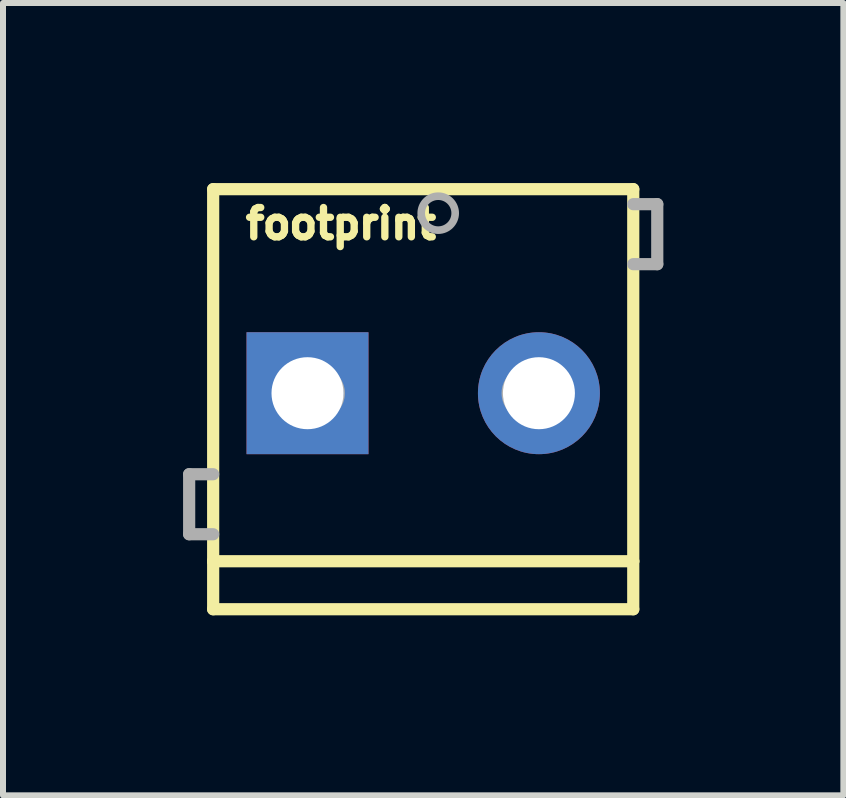
<source format=kicad_pcb>
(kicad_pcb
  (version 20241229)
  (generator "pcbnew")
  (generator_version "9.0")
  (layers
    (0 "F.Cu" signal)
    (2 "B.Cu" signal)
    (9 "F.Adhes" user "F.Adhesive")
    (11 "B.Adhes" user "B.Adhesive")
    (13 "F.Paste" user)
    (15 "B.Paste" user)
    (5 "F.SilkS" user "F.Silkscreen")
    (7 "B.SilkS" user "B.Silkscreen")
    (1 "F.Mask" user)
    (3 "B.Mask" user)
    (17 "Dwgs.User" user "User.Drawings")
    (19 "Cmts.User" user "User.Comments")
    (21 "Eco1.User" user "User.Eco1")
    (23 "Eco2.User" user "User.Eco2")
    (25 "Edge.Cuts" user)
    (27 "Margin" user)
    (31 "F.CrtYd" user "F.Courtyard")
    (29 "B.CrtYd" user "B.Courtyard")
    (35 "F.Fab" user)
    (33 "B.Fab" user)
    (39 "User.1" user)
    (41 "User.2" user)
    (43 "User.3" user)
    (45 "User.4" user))
  (footprint "footprint"
    (layer "F.Cu")
    (at 2.252 3.502)
    (property "Reference" "footprint" (at -1.27 -2.54 0) (layer "F.SilkS") (effects (font (size 0.488 0.488) (thickness 0.122)) (justify left bottom)))
    (fp_line (start -1.75 -3.4) (end 5.25 -3.4) (stroke (width 0.203) (type solid)) (layer "F.SilkS"))
    (fp_line (start -1.75 2.8) (end -1.75 -3.4) (stroke (width 0.203) (type solid)) (layer "F.SilkS"))
    (fp_line (start -1.75 3.6) (end -1.75 2.8) (stroke (width 0.203) (type solid)) (layer "F.SilkS"))
    (fp_line (start 5.25 -3.4) (end 5.25 2.8) (stroke (width 0.203) (type solid)) (layer "F.SilkS"))
    (fp_line (start 5.25 2.8) (end -1.75 2.8) (stroke (width 0.203) (type solid)) (layer "F.SilkS"))
    (fp_line (start 5.25 2.8) (end 5.25 3.6) (stroke (width 0.203) (type solid)) (layer "F.SilkS"))
    (fp_line (start 5.25 3.6) (end -1.75 3.6) (stroke (width 0.203) (type solid)) (layer "F.SilkS"))
    (fp_line (start -2.15 1.35) (end -2.15 2.35) (stroke (width 0.203) (type solid)) (layer "F.Fab"))
    (fp_line (start -2.15 2.35) (end -1.75 2.35) (stroke (width 0.203) (type solid)) (layer "F.Fab"))
    (fp_line (start -1.75 1.35) (end -2.15 1.35) (stroke (width 0.203) (type solid)) (layer "F.Fab"))
    (fp_line (start 5.25 -3.15) (end 5.65 -3.15) (stroke (width 0.203) (type solid)) (layer "F.Fab"))
    (fp_line (start 5.65 -3.15) (end 5.65 -2.15) (stroke (width 0.203) (type solid)) (layer "F.Fab"))
    (fp_line (start 5.65 -2.15) (end 5.25 -2.15) (stroke (width 0.203) (type solid)) (layer "F.Fab"))
    (fp_circle (center 0 0) (end 0.432 0) (stroke (width 0.025) (type solid)) (fill no) (layer "F.Fab"))
    (fp_circle (center 2 -3) (end 2.283 -3) (stroke (width 0.127) (type solid)) (fill no) (layer "F.Fab"))
    (fp_circle (center 3.5 0) (end 3.932 0) (stroke (width 0.025) (type solid)) (fill no) (layer "F.Fab"))
    (pad "1" thru_hole rect (at -0.178 0) (size 2.032 2.032) (drill 1.2) (layers "*.Cu" "*.Mask"))
    (pad "2" thru_hole circle (at 3.678 0) (size 2.032 2.032) (drill 1.2) (layers "*.Cu" "*.Mask")))
  (gr_rect
    (start -3 -3)
    (end 11.003 10.203)
    (stroke (width 0.1) (type default))
    (fill no)
    (layer "Edge.Cuts")))
</source>
